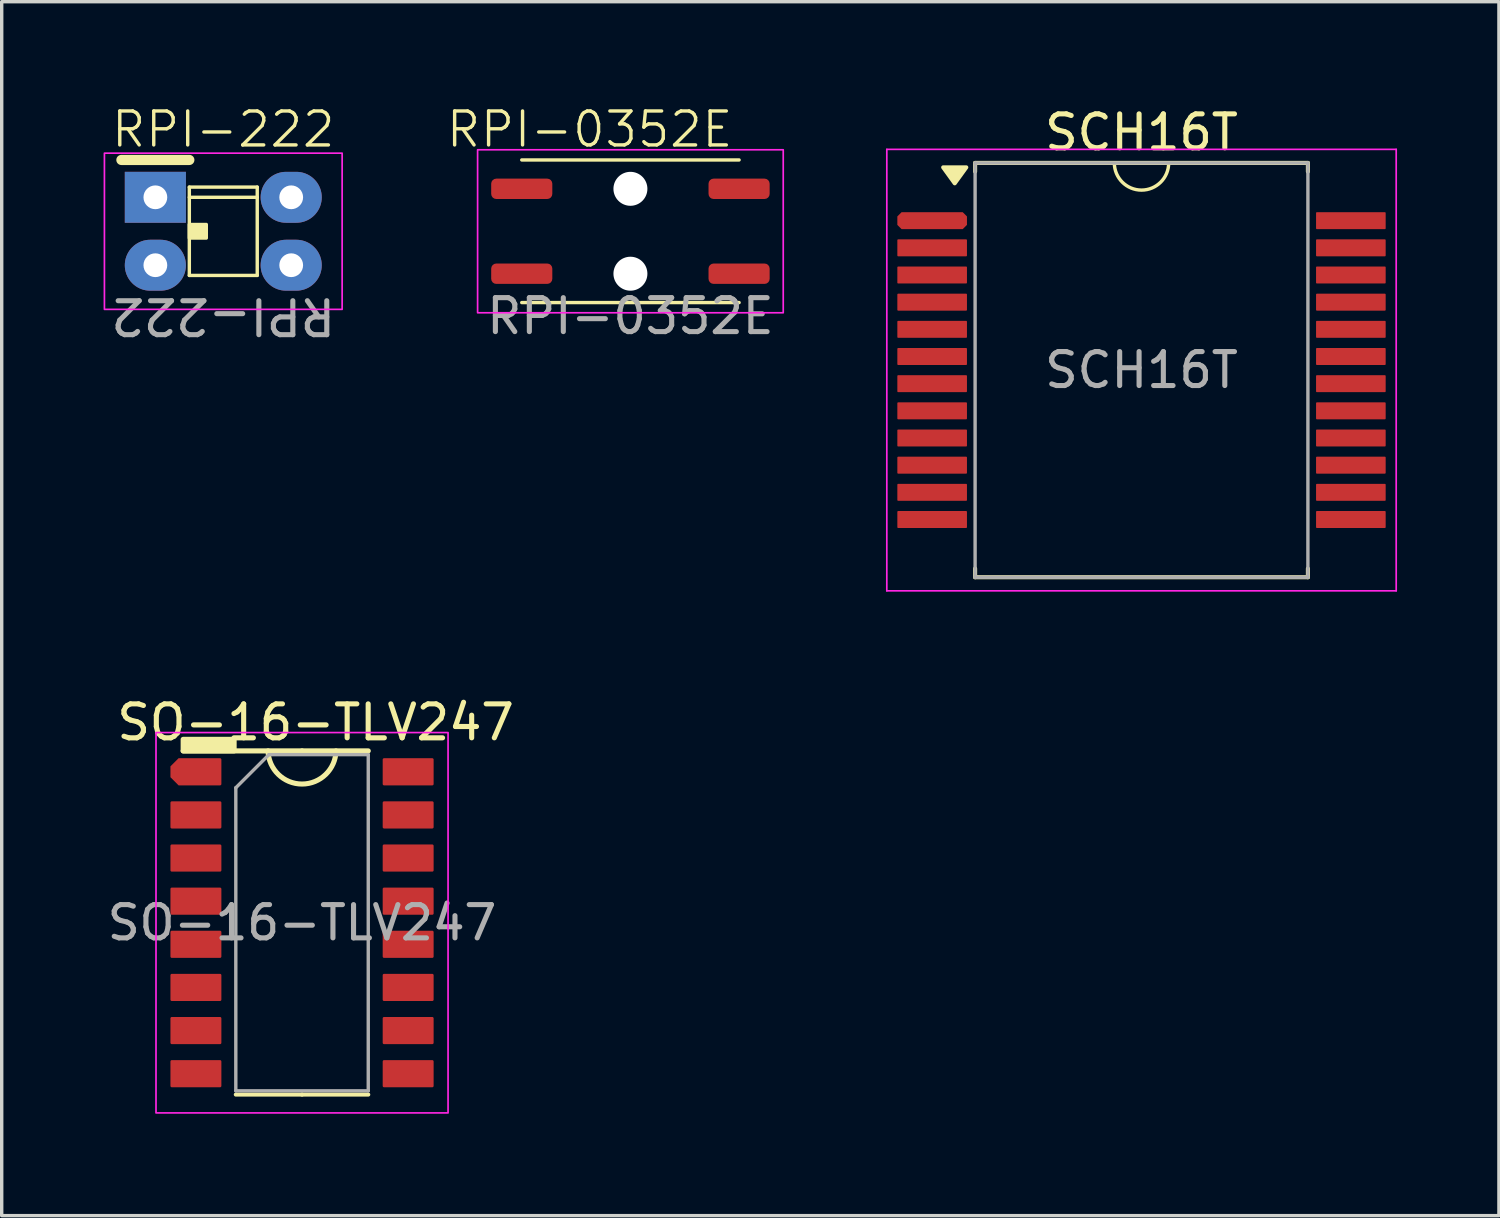
<source format=kicad_pcb>
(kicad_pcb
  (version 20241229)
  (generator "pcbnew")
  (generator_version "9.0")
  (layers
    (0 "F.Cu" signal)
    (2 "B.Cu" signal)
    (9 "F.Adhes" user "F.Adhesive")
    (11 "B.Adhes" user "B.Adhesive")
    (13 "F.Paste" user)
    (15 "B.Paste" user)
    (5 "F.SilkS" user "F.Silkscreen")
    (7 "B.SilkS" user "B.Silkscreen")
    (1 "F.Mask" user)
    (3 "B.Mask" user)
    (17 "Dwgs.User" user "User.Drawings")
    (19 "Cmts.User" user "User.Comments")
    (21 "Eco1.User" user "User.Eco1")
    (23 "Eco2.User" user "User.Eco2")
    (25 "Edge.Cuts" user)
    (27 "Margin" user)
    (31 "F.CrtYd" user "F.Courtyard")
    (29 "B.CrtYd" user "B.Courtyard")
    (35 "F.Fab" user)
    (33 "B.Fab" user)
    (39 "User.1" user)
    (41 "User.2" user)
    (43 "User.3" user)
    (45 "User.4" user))
  (footprint "SO-16-TLV247"
    (layer "F.Cu")
    (at 5.844 24.122)
    (property "Reference" "SO-16-TLV247" (at 0.4 -5.9 0) (layer "F.SilkS") (effects (font (size 1 1) (thickness 0.15))))
    (attr smd)
    (fp_line (start 0 -5.06) (end -3.5 -5.06) (stroke (width 0.15) (type solid)) (layer "F.SilkS"))
    (fp_line (start 0 -5.06) (end 1.95 -5.06) (stroke (width 0.15) (type solid)) (layer "F.SilkS"))
    (fp_line (start 0 5.06) (end -1.95 5.06) (stroke (width 0.12) (type solid)) (layer "F.SilkS"))
    (fp_line (start 0 5.06) (end 1.95 5.06) (stroke (width 0.12) (type solid)) (layer "F.SilkS"))
    (fp_rect (start -3.5 -5.4) (end -2 -5.06) (stroke (width 0.15) (type solid)) (fill yes) (layer "F.SilkS"))
    (fp_arc (start 1 -5.06) (mid 0 -4.084672) (end -1 -5.06) (stroke (width 0.15) (type default)) (layer "F.SilkS"))
    (fp_rect (start -4.3 -5.6) (end 4.3 5.6) (stroke (width 0.05) (type default)) (fill no) (layer "F.CrtYd"))
    (fp_line (start -1.95 -3.975) (end -0.975 -4.95) (stroke (width 0.1) (type solid)) (layer "F.Fab"))
    (fp_line (start -1.95 4.95) (end -1.95 -3.975) (stroke (width 0.1) (type solid)) (layer "F.Fab"))
    (fp_line (start -0.975 -4.95) (end 1.95 -4.95) (stroke (width 0.1) (type solid)) (layer "F.Fab"))
    (fp_line (start 1.95 -4.95) (end 1.95 4.95) (stroke (width 0.1) (type solid)) (layer "F.Fab"))
    (fp_line (start 1.95 4.95) (end -1.95 4.95) (stroke (width 0.1) (type solid)) (layer "F.Fab"))
    (fp_text user "${REFERENCE}" (at 0 0 0) (layer "F.Fab") (effects (font (size 0.98 0.98) (thickness 0.15))))
    (pad "1" smd roundrect (at -3.125 -4.445) (size 1.5 0.8) (layers "F.Cu" "F.Mask" "F.Paste") (roundrect_rratio 0.05) (chamfer_ratio 0.3) (chamfer top_left bottom_left))
    (pad "2" smd roundrect (at -3.125 -3.175) (size 1.5 0.8) (layers "F.Cu" "F.Mask" "F.Paste") (roundrect_rratio 0.05))
    (pad "3" smd roundrect (at -3.125 -1.905) (size 1.5 0.8) (layers "F.Cu" "F.Mask" "F.Paste") (roundrect_rratio 0.05))
    (pad "4" smd roundrect (at -3.125 -0.635) (size 1.5 0.8) (layers "F.Cu" "F.Mask" "F.Paste") (roundrect_rratio 0.05))
    (pad "5" smd roundrect (at -3.125 0.635) (size 1.5 0.8) (layers "F.Cu" "F.Mask" "F.Paste") (roundrect_rratio 0.05))
    (pad "6" smd roundrect (at -3.125 1.905) (size 1.5 0.8) (layers "F.Cu" "F.Mask" "F.Paste") (roundrect_rratio 0.05))
    (pad "7" smd roundrect (at -3.125 3.175) (size 1.5 0.8) (layers "F.Cu" "F.Mask" "F.Paste") (roundrect_rratio 0.05))
    (pad "8" smd roundrect (at -3.125 4.445) (size 1.5 0.8) (layers "F.Cu" "F.Mask" "F.Paste") (roundrect_rratio 0.05))
    (pad "9" smd roundrect (at 3.125 4.445) (size 1.5 0.8) (layers "F.Cu" "F.Mask" "F.Paste") (roundrect_rratio 0.05))
    (pad "10" smd roundrect (at 3.125 3.175) (size 1.5 0.8) (layers "F.Cu" "F.Mask" "F.Paste") (roundrect_rratio 0.05))
    (pad "11" smd roundrect (at 3.125 1.905) (size 1.5 0.8) (layers "F.Cu" "F.Mask" "F.Paste") (roundrect_rratio 0.05))
    (pad "12" smd roundrect (at 3.125 0.635) (size 1.5 0.8) (layers "F.Cu" "F.Mask" "F.Paste") (roundrect_rratio 0.05))
    (pad "13" smd roundrect (at 3.125 -0.635) (size 1.5 0.8) (layers "F.Cu" "F.Mask" "F.Paste") (roundrect_rratio 0.05))
    (pad "14" smd roundrect (at 3.125 -1.905) (size 1.5 0.8) (layers "F.Cu" "F.Mask" "F.Paste") (roundrect_rratio 0.05))
    (pad "15" smd roundrect (at 3.125 -3.175) (size 1.5 0.8) (layers "F.Cu" "F.Mask" "F.Paste") (roundrect_rratio 0.05))
    (pad "16" smd roundrect (at 3.125 -4.445) (size 1.5 0.8) (layers "F.Cu" "F.Mask" "F.Paste") (roundrect_rratio 0.05)))
  (footprint "RPI-222"
    (layer "F.Cu")
    (at 3.525 3.76)
    (property "Reference" "RPI-222" (at 0 -3 0) (unlocked yes) (layer "F.SilkS") (effects (font (size 1 1) (thickness 0.1))))
    (attr smd)
    (fp_line (start -3 -2.1) (end -1 -2.1) (stroke (width 0.3) (type default)) (layer "F.SilkS"))
    (fp_line (start -1 -1.3) (end -1 1.3) (stroke (width 0.1) (type default)) (layer "F.SilkS"))
    (fp_line (start -1 -1.3) (end 1 -1.3) (stroke (width 0.1) (type default)) (layer "F.SilkS"))
    (fp_line (start -1 -1) (end 1 -1) (stroke (width 0.1) (type default)) (layer "F.SilkS"))
    (fp_line (start -1 1.3) (end 1 1.3) (stroke (width 0.1) (type default)) (layer "F.SilkS"))
    (fp_line (start 1 -1.3) (end 1 1.3) (stroke (width 0.1) (type default)) (layer "F.SilkS"))
    (fp_rect (start -1 0.2) (end -0.5 -0.2) (stroke (width 0.1) (type solid)) (fill yes) (layer "F.SilkS"))
    (fp_rect (start 3.5 2.3) (end -3.5 -2.3) (stroke (width 0.05) (type default)) (fill no) (layer "F.CrtYd"))
    (fp_text user "${REFERENCE}" (at 0 2.5 180) (unlocked yes) (layer "F.Fab") (effects (font (size 1 1) (thickness 0.15))))
    (pad "1" thru_hole rect (at -2 -1 180) (size 1.8 1.5) (drill 0.7) (layers "*.Cu" "*.Mask"))
    (pad "2" thru_hole oval (at -2 1 180) (size 1.8 1.5) (drill 0.7) (layers "*.Cu" "*.Mask"))
    (pad "3" thru_hole oval (at 2 1 180) (size 1.8 1.5) (drill 0.7) (layers "*.Cu" "*.Mask"))
    (pad "4" thru_hole oval (at 2 -1 180) (size 1.8 1.5) (drill 0.7) (layers "*.Cu" "*.Mask")))
  (footprint "RPI-0352E"
    (layer "F.Cu")
    (at 15.514 3.76)
    (property "Reference" "RPI-0352E" (at -1.2 -3 0) (unlocked yes) (layer "F.SilkS") (effects (font (size 1 1) (thickness 0.1))))
    (attr smd)
    (fp_line (start -3.2 -2.1) (end 3.2 -2.1) (stroke (width 0.1) (type default)) (layer "F.SilkS"))
    (fp_line (start 3.2 2.1) (end -3.2 2.1) (stroke (width 0.1) (type default)) (layer "F.SilkS"))
    (fp_rect (start 4.5 2.4) (end -4.5 -2.4) (stroke (width 0.05) (type default)) (fill no) (layer "F.CrtYd"))
    (fp_text user "${REFERENCE}" (at 0 2.5 0) (unlocked yes) (layer "F.Fab") (effects (font (size 1 1) (thickness 0.15))))
    (pad "" np_thru_hole circle (at 0 -1.25) (size 1 1) (drill 1.5) (layers "*.Cu" "*.Mask"))
    (pad "" np_thru_hole circle (at 0 1.25) (size 1 1) (drill 1.2) (layers "*.Cu" "*.Mask"))
    (pad "1" smd roundrect (at 3.2 1.25) (size 1.8 0.6) (layers "F.Cu" "F.Mask" "F.Paste") (roundrect_rratio 0.25))
    (pad "2" smd roundrect (at 3.2 -1.25) (size 1.8 0.6) (layers "F.Cu" "F.Mask" "F.Paste") (roundrect_rratio 0.25))
    (pad "3" smd roundrect (at -3.2 -1.25) (size 1.8 0.6) (layers "F.Cu" "F.Mask" "F.Paste") (roundrect_rratio 0.25))
    (pad "4" smd roundrect (at -3.2 1.25) (size 1.8 0.6) (layers "F.Cu" "F.Mask" "F.Paste") (roundrect_rratio 0.25)))
  (footprint "SCH16T"
    (layer "F.Cu")
    (at 30.564 7.848)
    (property "Reference" "SCH16T" (at 0 -7 0) (layer "F.SilkS") (effects (font (size 1 1) (thickness 0.15))))
    (attr smd)
    (fp_line (start -4.9 -6.1) (end -4.9 -5.845) (stroke (width 0.12) (type solid)) (layer "F.SilkS"))
    (fp_line (start -4.9 6.1) (end -4.9 5.845) (stroke (width 0.12) (type solid)) (layer "F.SilkS"))
    (fp_line (start -4.9 6.1) (end 4.9 6.1) (stroke (width 0.12) (type solid)) (layer "F.SilkS"))
    (fp_line (start 4.9 -6.1) (end -4.9 -6.1) (stroke (width 0.12) (type solid)) (layer "F.SilkS"))
    (fp_line (start 4.9 -6.1) (end 4.9 -5.845) (stroke (width 0.12) (type solid)) (layer "F.SilkS"))
    (fp_line (start 4.9 6.1) (end 4.9 5.845) (stroke (width 0.12) (type solid)) (layer "F.SilkS"))
    (fp_arc (start 0.799999 -6.1) (mid 0 -5.300001) (end -0.799999 -6.1) (stroke (width 0.1) (type default)) (layer "F.SilkS"))
    (fp_poly (pts (xy -5.5 -5.5) (xy -5.84 -5.97) (xy -5.16 -5.97) (xy -5.5 -5.5)) (stroke (width 0.12) (type solid)) (fill yes) (layer "F.SilkS"))
    (fp_line (start -7.5 -6.5) (end -7.5 6.5) (stroke (width 0.05) (type solid)) (layer "F.CrtYd"))
    (fp_line (start -7.5 6.5) (end 7.5 6.5) (stroke (width 0.05) (type solid)) (layer "F.CrtYd"))
    (fp_line (start 7.5 -6.5) (end -7.5 -6.5) (stroke (width 0.05) (type solid)) (layer "F.CrtYd"))
    (fp_line (start 7.5 6.5) (end 7.5 -6.5) (stroke (width 0.05) (type solid)) (layer "F.CrtYd"))
    (fp_line (start -4.9 -6.1) (end 4.9 -6.1) (stroke (width 0.1) (type solid)) (layer "F.Fab"))
    (fp_line (start -4.9 6.1) (end -4.9 -6.1) (stroke (width 0.1) (type solid)) (layer "F.Fab"))
    (fp_line (start 4.9 -6.1) (end 4.9 6.1) (stroke (width 0.1) (type solid)) (layer "F.Fab"))
    (fp_line (start 4.9 6.1) (end -4.9 6.1) (stroke (width 0.1) (type solid)) (layer "F.Fab"))
    (fp_text user "${REFERENCE}" (at 0 0 0) (layer "F.Fab") (effects (font (size 1 1) (thickness 0.15))))
    (pad "1" smd roundrect (at -6.165 -4.4) (size 2.05 0.5) (layers "F.Cu" "F.Mask" "F.Paste") (roundrect_rratio 0.25) (chamfer_ratio 0.25) (chamfer top_left top_right bottom_left bottom_right))
    (pad "2" smd roundrect (at -6.165 -3.6) (size 2.05 0.5) (layers "F.Cu" "F.Mask" "F.Paste") (roundrect_rratio 0.05))
    (pad "3" smd roundrect (at -6.165 -2.8) (size 2.05 0.5) (layers "F.Cu" "F.Mask" "F.Paste") (roundrect_rratio 0.05))
    (pad "4" smd roundrect (at -6.165 -2) (size 2.05 0.5) (layers "F.Cu" "F.Mask" "F.Paste") (roundrect_rratio 0.05))
    (pad "5" smd roundrect (at -6.165 -1.2) (size 2.05 0.5) (layers "F.Cu" "F.Mask" "F.Paste") (roundrect_rratio 0.05))
    (pad "6" smd roundrect (at -6.165 -0.4) (size 2.05 0.5) (layers "F.Cu" "F.Mask" "F.Paste") (roundrect_rratio 0.05))
    (pad "7" smd roundrect (at -6.165 0.4) (size 2.05 0.5) (layers "F.Cu" "F.Mask" "F.Paste") (roundrect_rratio 0.05))
    (pad "8" smd roundrect (at -6.165 1.2) (size 2.05 0.5) (layers "F.Cu" "F.Mask" "F.Paste") (roundrect_rratio 0.05))
    (pad "9" smd roundrect (at -6.165 2) (size 2.05 0.5) (layers "F.Cu" "F.Mask" "F.Paste") (roundrect_rratio 0.05))
    (pad "10" smd roundrect (at -6.165 2.8) (size 2.05 0.5) (layers "F.Cu" "F.Mask" "F.Paste") (roundrect_rratio 0.05))
    (pad "11" smd roundrect (at -6.165 3.6) (size 2.05 0.5) (layers "F.Cu" "F.Mask" "F.Paste") (roundrect_rratio 0.05))
    (pad "12" smd roundrect (at -6.165 4.4) (size 2.05 0.5) (layers "F.Cu" "F.Mask" "F.Paste") (roundrect_rratio 0.05))
    (pad "13" smd roundrect (at 6.165 4.4) (size 2.05 0.5) (layers "F.Cu" "F.Mask" "F.Paste") (roundrect_rratio 0.05))
    (pad "14" smd roundrect (at 6.165 3.6) (size 2.05 0.5) (layers "F.Cu" "F.Mask" "F.Paste") (roundrect_rratio 0.05))
    (pad "15" smd roundrect (at 6.165 2.8) (size 2.05 0.5) (layers "F.Cu" "F.Mask" "F.Paste") (roundrect_rratio 0.05))
    (pad "16" smd roundrect (at 6.165 2) (size 2.05 0.5) (layers "F.Cu" "F.Mask" "F.Paste") (roundrect_rratio 0.05))
    (pad "17" smd roundrect (at 6.165 1.2) (size 2.05 0.5) (layers "F.Cu" "F.Mask" "F.Paste") (roundrect_rratio 0.05))
    (pad "18" smd roundrect (at 6.165 0.4) (size 2.05 0.5) (layers "F.Cu" "F.Mask" "F.Paste") (roundrect_rratio 0.05))
    (pad "19" smd roundrect (at 6.165 -0.4) (size 2.05 0.5) (layers "F.Cu" "F.Mask" "F.Paste") (roundrect_rratio 0.05))
    (pad "20" smd roundrect (at 6.165 -1.2) (size 2.05 0.5) (layers "F.Cu" "F.Mask" "F.Paste") (roundrect_rratio 0.05))
    (pad "21" smd roundrect (at 6.165 -2) (size 2.05 0.5) (layers "F.Cu" "F.Mask" "F.Paste") (roundrect_rratio 0.05))
    (pad "22" smd roundrect (at 6.165 -2.8) (size 2.05 0.5) (layers "F.Cu" "F.Mask" "F.Paste") (roundrect_rratio 0.05))
    (pad "23" smd roundrect (at 6.165 -3.6) (size 2.05 0.5) (layers "F.Cu" "F.Mask" "F.Paste") (roundrect_rratio 0.05))
    (pad "24" smd roundrect (at 6.165 -4.4) (size 2.05 0.5) (layers "F.Cu" "F.Mask" "F.Paste") (roundrect_rratio 0.05)))
  (gr_rect
    (start -3 -3)
    (end 41.089 32.746)
    (stroke (width 0.1) (type default))
    (fill no)
    (layer "Edge.Cuts")))
</source>
